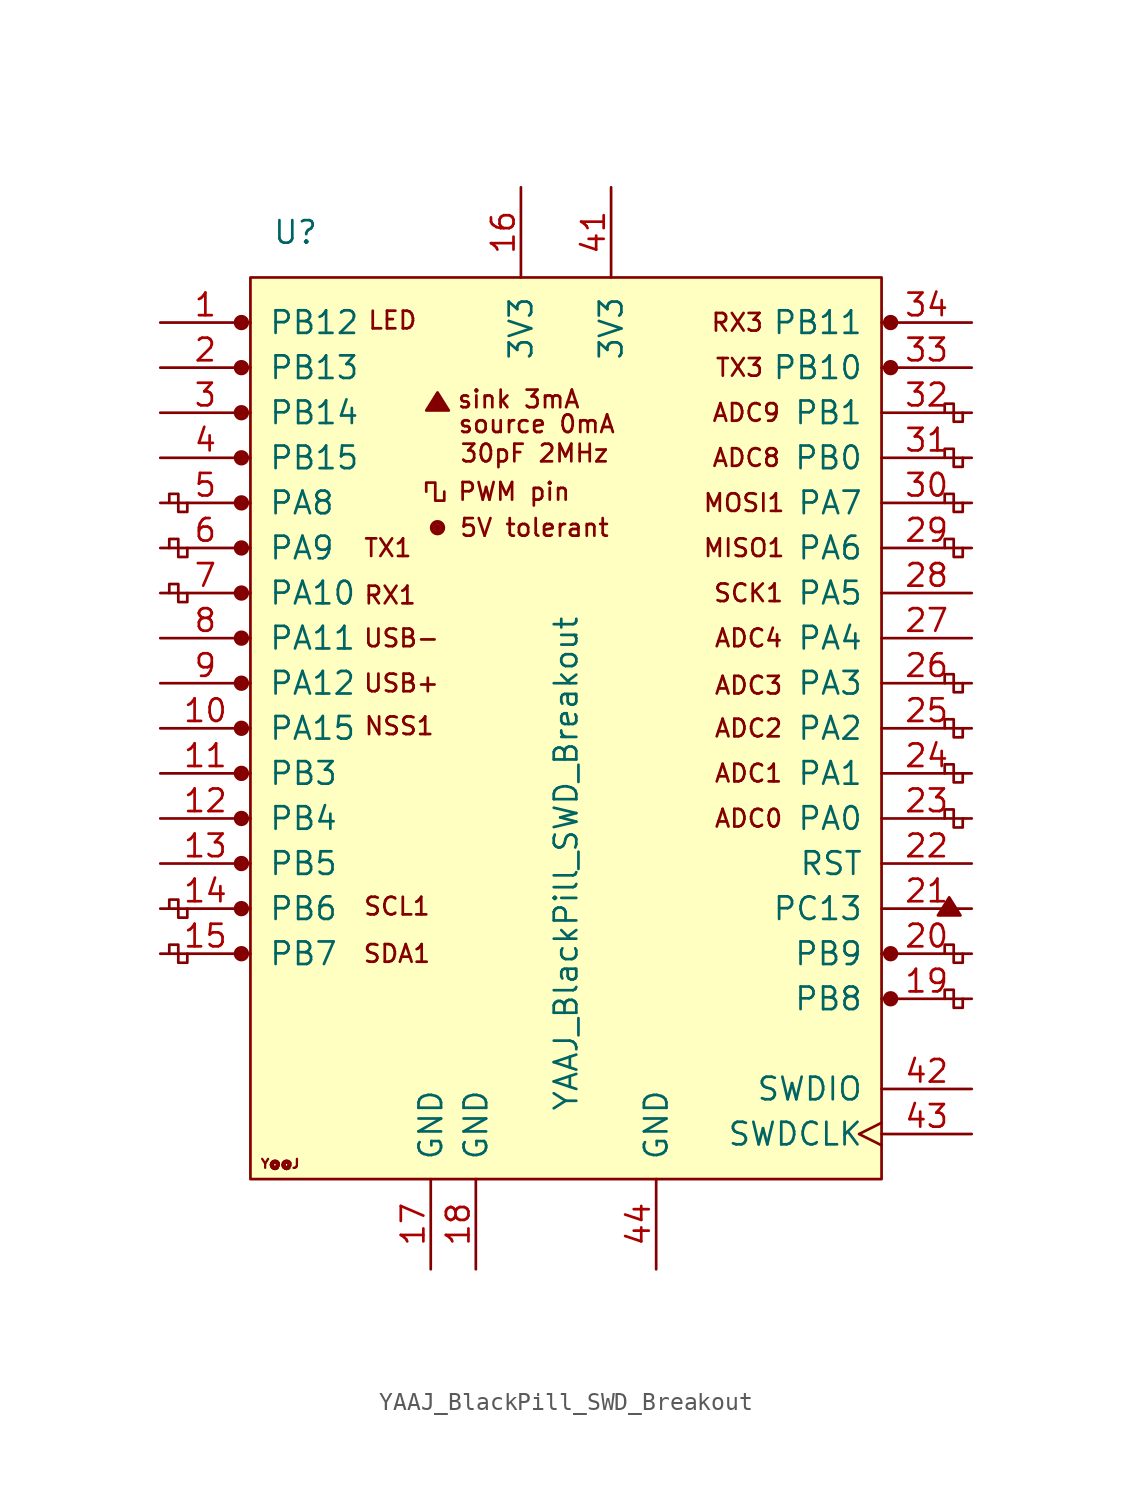
<source format=kicad_sym>
(kicad_symbol_lib
  (version 20211014)
  (generator kicad_symbol_editor)
  (symbol "YAAJ_BlackPill_SWD_Breakout"
    (pin_names
      (offset 1.016))
    (property "Reference" "U"
      (at -15.24 27.94 0)
      (effects (font (size 1.27 1.27))))
    (property "Value" "YAAJ_BlackPill_SWD_Breakout"
      (at 0 -7.62 90)
      (effects (font (size 1.27 1.27))))
    (symbol "YAAJ_BlackPill_SWD_Breakout_0_0"
      (circle (center -18.288 -12.7) (radius 0.356) (stroke (width 0) (type default) (color 0 0 0 0)) (fill (type outline)))
      (circle (center -18.288 -10.16) (radius 0.356) (stroke (width 0) (type default) (color 0 0 0 0)) (fill (type outline)))
      (circle (center -18.288 -7.62) (radius 0.356) (stroke (width 0) (type default) (color 0 0 0 0)) (fill (type outline)))
      (circle (center -18.288 -5.08) (radius 0.356) (stroke (width 0) (type default) (color 0 0 0 0)) (fill (type outline)))
      (circle (center -18.288 -2.54) (radius 0.356) (stroke (width 0) (type default) (color 0 0 0 0)) (fill (type outline)))
      (circle (center -18.288 0) (radius 0.356) (stroke (width 0) (type default) (color 0 0 0 0)) (fill (type outline)))
      (circle (center -18.288 2.54) (radius 0.356) (stroke (width 0) (type default) (color 0 0 0 0)) (fill (type outline)))
      (circle (center -18.288 5.08) (radius 0.356) (stroke (width 0) (type default) (color 0 0 0 0)) (fill (type outline)))
      (circle (center -18.288 7.62) (radius 0.356) (stroke (width 0) (type default) (color 0 0 0 0)) (fill (type outline)))
      (circle (center -18.288 10.16) (radius 0.356) (stroke (width 0) (type default) (color 0 0 0 0)) (fill (type outline)))
      (circle (center -18.288 12.7) (radius 0.356) (stroke (width 0) (type default) (color 0 0 0 0)) (fill (type outline)))
      (circle (center -18.288 15.24) (radius 0.356) (stroke (width 0) (type default) (color 0 0 0 0)) (fill (type outline)))
      (circle (center -18.288 17.78) (radius 0.356) (stroke (width 0) (type default) (color 0 0 0 0)) (fill (type outline)))
      (circle (center -18.288 22.86) (radius 0.356) (stroke (width 0) (type default) (color 0 0 0 0)) (fill (type outline)))
      (circle (center -7.239 11.303) (radius 0.127) (stroke (width 0) (type default) (color 0 0 0 0)) (fill (type outline)))
      (circle (center -7.239 11.303) (radius 0.254) (stroke (width 0) (type default) (color 0 0 0 0)) (fill (type none)))
      (circle (center -7.239 11.303) (radius 0.356) (stroke (width 0) (type default) (color 0 0 0 0)) (fill (type none)))
      (polyline (pts (xy -7.874 17.907) (xy -7.239 18.923) (xy -6.604 17.907) (xy -7.874 17.907) (xy -7.239 18.796) (xy -6.731 17.907) (xy -7.747 18.034) (xy -7.239 18.669) (xy -6.858 17.907) (xy -7.62 18.161) (xy -7.112 18.542) (xy -6.985 17.907) (xy -7.493 18.288) (xy -6.985 18.415) (xy -7.112 18.034) (xy -7.366 18.288) (xy -7.112 18.161) (xy -7.239 18.415)) (stroke (width 0) (type default) (color 0 0 0 0)) (fill (type none)))
      (polyline (pts (xy 20.955 -10.541) (xy 21.59 -9.525) (xy 22.225 -10.541) (xy 20.955 -10.541) (xy 21.59 -9.652) (xy 22.098 -10.541) (xy 21.082 -10.414) (xy 21.59 -9.779) (xy 21.971 -10.541) (xy 21.209 -10.287) (xy 21.717 -9.906) (xy 21.844 -10.541) (xy 21.336 -10.16) (xy 21.844 -10.033) (xy 21.717 -10.414) (xy 21.463 -10.16) (xy 21.717 -10.287) (xy 21.59 -10.033)) (stroke (width 0) (type default) (color 0 0 0 0)) (fill (type none)))
      (circle (center 18.288 -15.24) (radius 0.356) (stroke (width 0) (type default) (color 0 0 0 0)) (fill (type outline)))
      (circle (center 18.288 -12.7) (radius 0.356) (stroke (width 0) (type default) (color 0 0 0 0)) (fill (type outline)))
      (circle (center 18.288 20.32) (radius 0.254) (stroke (width 0) (type default) (color 0 0 0 0)) (fill (type outline)))
      (circle (center 18.288 20.32) (radius 0.356) (stroke (width 0) (type default) (color 0 0 0 0)) (fill (type none)))
      (circle (center 18.288 22.86) (radius 0.254) (stroke (width 0) (type default) (color 0 0 0 0)) (fill (type outline)))
      (circle (center 18.288 22.86) (radius 0.356) (stroke (width 0) (type default) (color 0 0 0 0)) (fill (type none)))
      (text "30pF 2MHz" (at -1.778 15.494 0) (effects (font (size 0.991 0.991))))
      (text "5V tolerant" (at -1.778 11.303 0) (effects (font (size 0.991 0.991))))
      (text "ADC0" (at 10.287 -5.08 0) (effects (font (size 0.991 0.991))))
      (text "ADC1" (at 10.287 -2.54 0) (effects (font (size 0.991 0.991))))
      (text "ADC2" (at 10.287 0 0) (effects (font (size 0.991 0.991))))
      (text "ADC3" (at 10.287 2.413 0) (effects (font (size 0.991 0.991))))
      (text "ADC4" (at 10.287 5.08 0) (effects (font (size 0.991 0.991))))
      (text "ADC8" (at 10.16 15.24 0) (effects (font (size 0.991 0.991))))
      (text "ADC9" (at 10.16 17.78 0) (effects (font (size 0.991 0.991))))
      (text "LED" (at -9.779 22.987 0) (effects (font (size 0.991 0.991))))
      (text "MISO1" (at 10.033 10.16 0) (effects (font (size 0.991 0.991))))
      (text "MOSI1" (at 10.033 12.7 0) (effects (font (size 0.991 0.991))))
      (text "NSS1" (at -9.398 0.127 0) (effects (font (size 0.991 0.991))))
      (text "PWM pin" (at -2.921 13.335 0) (effects (font (size 0.991 0.991))))
      (text "RX1" (at -9.906 7.493 0) (effects (font (size 0.991 0.991))))
      (text "RX3" (at 9.652 22.86 0) (effects (font (size 0.991 0.991))))
      (text "SCK1" (at 10.287 7.62 0) (effects (font (size 0.991 0.991))))
      (text "SCL1" (at -9.525 -10.033 0) (effects (font (size 0.991 0.991))))
      (text "SDA1" (at -9.525 -12.7 0) (effects (font (size 0.991 0.991))))
      (text "sink 3mA" (at -2.667 18.542 0) (effects (font (size 0.991 0.991))))
      (text "source 0mA" (at -1.651 17.145 0) (effects (font (size 0.991 0.991))))
      (text "TX1" (at -10.033 10.16 0) (effects (font (size 0.991 0.991))))
      (text "TX3" (at 9.779 20.32 0) (effects (font (size 0.991 0.991))))
      (text "USB+" (at -9.271 2.54 0) (effects (font (size 0.991 0.991))))
      (text "USB-" (at -9.271 5.08 0) (effects (font (size 0.991 0.991))))
      (text "Y@@J" (at -16.104 -24.536 0) (effects (font (size 0.508 0.508)))))
    (symbol "YAAJ_BlackPill_SWD_Breakout_0_1"
      (rectangle (start -17.78 25.4) (end 17.78 -25.4) (stroke (width 0) (type default) (color 0 0 0 0)) (fill (type background)))
      (polyline (pts (xy -21.336 -12.7) (xy -21.336 -13.208) (xy -21.844 -13.208) (xy -21.844 -12.192) (xy -22.352 -12.192) (xy -22.352 -12.7)) (stroke (width 0) (type default) (color 0 0 0 0)) (fill (type none)))
      (polyline (pts (xy -21.336 -10.16) (xy -21.336 -10.668) (xy -21.844 -10.668) (xy -21.844 -9.652) (xy -22.352 -9.652) (xy -22.352 -10.16)) (stroke (width 0) (type default) (color 0 0 0 0)) (fill (type none)))
      (polyline (pts (xy -21.336 7.62) (xy -21.336 7.112) (xy -21.844 7.112) (xy -21.844 8.128) (xy -22.352 8.128) (xy -22.352 7.62)) (stroke (width 0) (type default) (color 0 0 0 0)) (fill (type none)))
      (polyline (pts (xy -21.336 10.16) (xy -21.336 9.652) (xy -21.844 9.652) (xy -21.844 10.668) (xy -22.352 10.668) (xy -22.352 10.16)) (stroke (width 0) (type default) (color 0 0 0 0)) (fill (type none)))
      (polyline (pts (xy -21.336 12.7) (xy -21.336 12.192) (xy -21.844 12.192) (xy -21.844 13.208) (xy -22.352 13.208) (xy -22.352 12.7)) (stroke (width 0) (type default) (color 0 0 0 0)) (fill (type none)))
      (polyline (pts (xy -6.858 13.335) (xy -6.858 12.827) (xy -7.366 12.827) (xy -7.366 13.843) (xy -7.874 13.843) (xy -7.874 13.335)) (stroke (width 0) (type default) (color 0 0 0 0)) (fill (type none)))
      (polyline (pts (xy 21.336 -15.24) (xy 21.336 -14.732) (xy 21.844 -14.732) (xy 21.844 -15.748) (xy 22.352 -15.748) (xy 22.352 -15.24)) (stroke (width 0) (type default) (color 0 0 0 0)) (fill (type none)))
      (polyline (pts (xy 21.336 -12.7) (xy 21.336 -12.192) (xy 21.844 -12.192) (xy 21.844 -13.208) (xy 22.352 -13.208) (xy 22.352 -12.7)) (stroke (width 0) (type default) (color 0 0 0 0)) (fill (type none)))
      (polyline (pts (xy 22.352 -5.08) (xy 22.352 -5.588) (xy 21.844 -5.588) (xy 21.844 -4.572) (xy 21.336 -4.572) (xy 21.336 -5.08)) (stroke (width 0) (type default) (color 0 0 0 0)) (fill (type none)))
      (polyline (pts (xy 22.352 -2.54) (xy 22.352 -3.048) (xy 21.844 -3.048) (xy 21.844 -2.032) (xy 21.336 -2.032) (xy 21.336 -2.54)) (stroke (width 0) (type default) (color 0 0 0 0)) (fill (type none)))
      (polyline (pts (xy 22.352 0) (xy 22.352 -0.508) (xy 21.844 -0.508) (xy 21.844 0.508) (xy 21.336 0.508) (xy 21.336 0)) (stroke (width 0) (type default) (color 0 0 0 0)) (fill (type none)))
      (polyline (pts (xy 22.352 2.54) (xy 22.352 2.032) (xy 21.844 2.032) (xy 21.844 3.048) (xy 21.336 3.048) (xy 21.336 2.54)) (stroke (width 0) (type default) (color 0 0 0 0)) (fill (type none)))
      (polyline (pts (xy 22.352 10.16) (xy 22.352 9.652) (xy 21.844 9.652) (xy 21.844 10.668) (xy 21.336 10.668) (xy 21.336 10.16)) (stroke (width 0) (type default) (color 0 0 0 0)) (fill (type none)))
      (polyline (pts (xy 22.352 12.7) (xy 22.352 12.192) (xy 21.844 12.192) (xy 21.844 13.208) (xy 21.336 13.208) (xy 21.336 12.7)) (stroke (width 0) (type default) (color 0 0 0 0)) (fill (type none)))
      (polyline (pts (xy 22.352 15.24) (xy 22.352 14.732) (xy 21.844 14.732) (xy 21.844 15.748) (xy 21.336 15.748) (xy 21.336 15.24)) (stroke (width 0) (type default) (color 0 0 0 0)) (fill (type none)))
      (polyline (pts (xy 22.352 17.78) (xy 22.352 17.272) (xy 21.844 17.272) (xy 21.844 18.288) (xy 21.336 18.288) (xy 21.336 17.78)) (stroke (width 0) (type default) (color 0 0 0 0)) (fill (type none))))
    (symbol "YAAJ_BlackPill_SWD_Breakout_1_1"
      (circle (center -18.288 20.32) (radius 0.356) (stroke (width 0) (type default) (color 0 0 0 0)) (fill (type outline)))
      (pin bidirectional line (at -22.86 22.86 0) (length 5.08) (name "PB12" (effects (font (size 1.27 1.27)))) (number "1" (effects (font (size 1.27 1.27)))))
      (pin bidirectional line (at -22.86 0 0) (length 5.08) (name "PA15" (effects (font (size 1.27 1.27)))) (number "10" (effects (font (size 1.27 1.27)))))
      (pin bidirectional line (at -22.86 -2.54 0) (length 5.08) (name "PB3" (effects (font (size 1.27 1.27)))) (number "11" (effects (font (size 1.27 1.27)))))
      (pin bidirectional line (at -22.86 -5.08 0) (length 5.08) (name "PB4" (effects (font (size 1.27 1.27)))) (number "12" (effects (font (size 1.27 1.27)))))
      (pin bidirectional line (at -22.86 -7.62 0) (length 5.08) (name "PB5" (effects (font (size 1.27 1.27)))) (number "13" (effects (font (size 1.27 1.27)))))
      (pin bidirectional line (at -22.86 -10.16 0) (length 5.08) (name "PB6" (effects (font (size 1.27 1.27)))) (number "14" (effects (font (size 1.27 1.27)))))
      (pin bidirectional line (at -22.86 -12.7 0) (length 5.08) (name "PB7" (effects (font (size 1.27 1.27)))) (number "15" (effects (font (size 1.27 1.27)))))
      (pin power_in line (at -2.54 30.48 270) (length 5.08) (name "3V3" (effects (font (size 1.27 1.27)))) (number "16" (effects (font (size 1.27 1.27)))))
      (pin power_in line (at -7.62 -30.48 90) (length 5.08) (name "GND" (effects (font (size 1.27 1.27)))) (number "17" (effects (font (size 1.27 1.27)))))
      (pin power_in line (at -5.08 -30.48 90) (length 5.08) (name "GND" (effects (font (size 1.27 1.27)))) (number "18" (effects (font (size 1.27 1.27)))))
      (pin bidirectional line (at 22.86 -15.24 180) (length 5.08) (name "PB8" (effects (font (size 1.27 1.27)))) (number "19" (effects (font (size 1.27 1.27)))))
      (pin bidirectional line (at -22.86 20.32 0) (length 5.08) (name "PB13" (effects (font (size 1.27 1.27)))) (number "2" (effects (font (size 1.27 1.27)))))
      (pin bidirectional line (at 22.86 -12.7 180) (length 5.08) (name "PB9" (effects (font (size 1.27 1.27)))) (number "20" (effects (font (size 1.27 1.27)))))
      (pin bidirectional line (at 22.86 -10.16 180) (length 5.08) (name "PC13" (effects (font (size 1.27 1.27)))) (number "21" (effects (font (size 1.27 1.27)))))
      (pin input line (at 22.86 -7.62 180) (length 5.08) (name "RST" (effects (font (size 1.27 1.27)))) (number "22" (effects (font (size 1.27 1.27)))))
      (pin bidirectional line (at 22.86 -5.08 180) (length 5.08) (name "PA0" (effects (font (size 1.27 1.27)))) (number "23" (effects (font (size 1.27 1.27)))))
      (pin bidirectional line (at 22.86 -2.54 180) (length 5.08) (name "PA1" (effects (font (size 1.27 1.27)))) (number "24" (effects (font (size 1.27 1.27)))))
      (pin bidirectional line (at 22.86 0 180) (length 5.08) (name "PA2" (effects (font (size 1.27 1.27)))) (number "25" (effects (font (size 1.27 1.27)))))
      (pin bidirectional line (at 22.86 2.54 180) (length 5.08) (name "PA3" (effects (font (size 1.27 1.27)))) (number "26" (effects (font (size 1.27 1.27)))))
      (pin bidirectional line (at 22.86 5.08 180) (length 5.08) (name "PA4" (effects (font (size 1.27 1.27)))) (number "27" (effects (font (size 1.27 1.27)))))
      (pin bidirectional line (at 22.86 7.62 180) (length 5.08) (name "PA5" (effects (font (size 1.27 1.27)))) (number "28" (effects (font (size 1.27 1.27)))))
      (pin bidirectional line (at 22.86 10.16 180) (length 5.08) (name "PA6" (effects (font (size 1.27 1.27)))) (number "29" (effects (font (size 1.27 1.27)))))
      (pin bidirectional line (at -22.86 17.78 0) (length 5.08) (name "PB14" (effects (font (size 1.27 1.27)))) (number "3" (effects (font (size 1.27 1.27)))))
      (pin bidirectional line (at 22.86 12.7 180) (length 5.08) (name "PA7" (effects (font (size 1.27 1.27)))) (number "30" (effects (font (size 1.27 1.27)))))
      (pin bidirectional line (at 22.86 15.24 180) (length 5.08) (name "PB0" (effects (font (size 1.27 1.27)))) (number "31" (effects (font (size 1.27 1.27)))))
      (pin bidirectional line (at 22.86 17.78 180) (length 5.08) (name "PB1" (effects (font (size 1.27 1.27)))) (number "32" (effects (font (size 1.27 1.27)))))
      (pin bidirectional line (at 22.86 20.32 180) (length 5.08) (name "PB10" (effects (font (size 1.27 1.27)))) (number "33" (effects (font (size 1.27 1.27)))))
      (pin bidirectional line (at 22.86 22.86 180) (length 5.08) (name "PB11" (effects (font (size 1.27 1.27)))) (number "34" (effects (font (size 1.27 1.27)))))
      (pin bidirectional line (at -22.86 15.24 0) (length 5.08) (name "PB15" (effects (font (size 1.27 1.27)))) (number "4" (effects (font (size 1.27 1.27)))))
      (pin power_in line (at 2.54 30.48 270) (length 5.08) (name "3V3" (effects (font (size 1.27 1.27)))) (number "41" (effects (font (size 1.27 1.27)))))
      (pin bidirectional line (at 22.86 -20.32 180) (length 5.08) (name "SWDIO" (effects (font (size 1.27 1.27)))) (number "42" (effects (font (size 1.27 1.27)))))
      (pin input clock (at 22.86 -22.86 180) (length 5.08) (name "SWDCLK" (effects (font (size 1.27 1.27)))) (number "43" (effects (font (size 1.27 1.27)))))
      (pin power_in line (at 5.08 -30.48 90) (length 5.08) (name "GND" (effects (font (size 1.27 1.27)))) (number "44" (effects (font (size 1.27 1.27)))))
      (pin bidirectional line (at -22.86 12.7 0) (length 5.08) (name "PA8" (effects (font (size 1.27 1.27)))) (number "5" (effects (font (size 1.27 1.27)))))
      (pin bidirectional line (at -22.86 10.16 0) (length 5.08) (name "PA9" (effects (font (size 1.27 1.27)))) (number "6" (effects (font (size 1.27 1.27)))))
      (pin bidirectional line (at -22.86 7.62 0) (length 5.08) (name "PA10" (effects (font (size 1.27 1.27)))) (number "7" (effects (font (size 1.27 1.27)))))
      (pin bidirectional line (at -22.86 5.08 0) (length 5.08) (name "PA11" (effects (font (size 1.27 1.27)))) (number "8" (effects (font (size 1.27 1.27)))))
      (pin bidirectional line (at -22.86 2.54 0) (length 5.08) (name "PA12" (effects (font (size 1.27 1.27)))) (number "9" (effects (font (size 1.27 1.27))))))))
</source>
